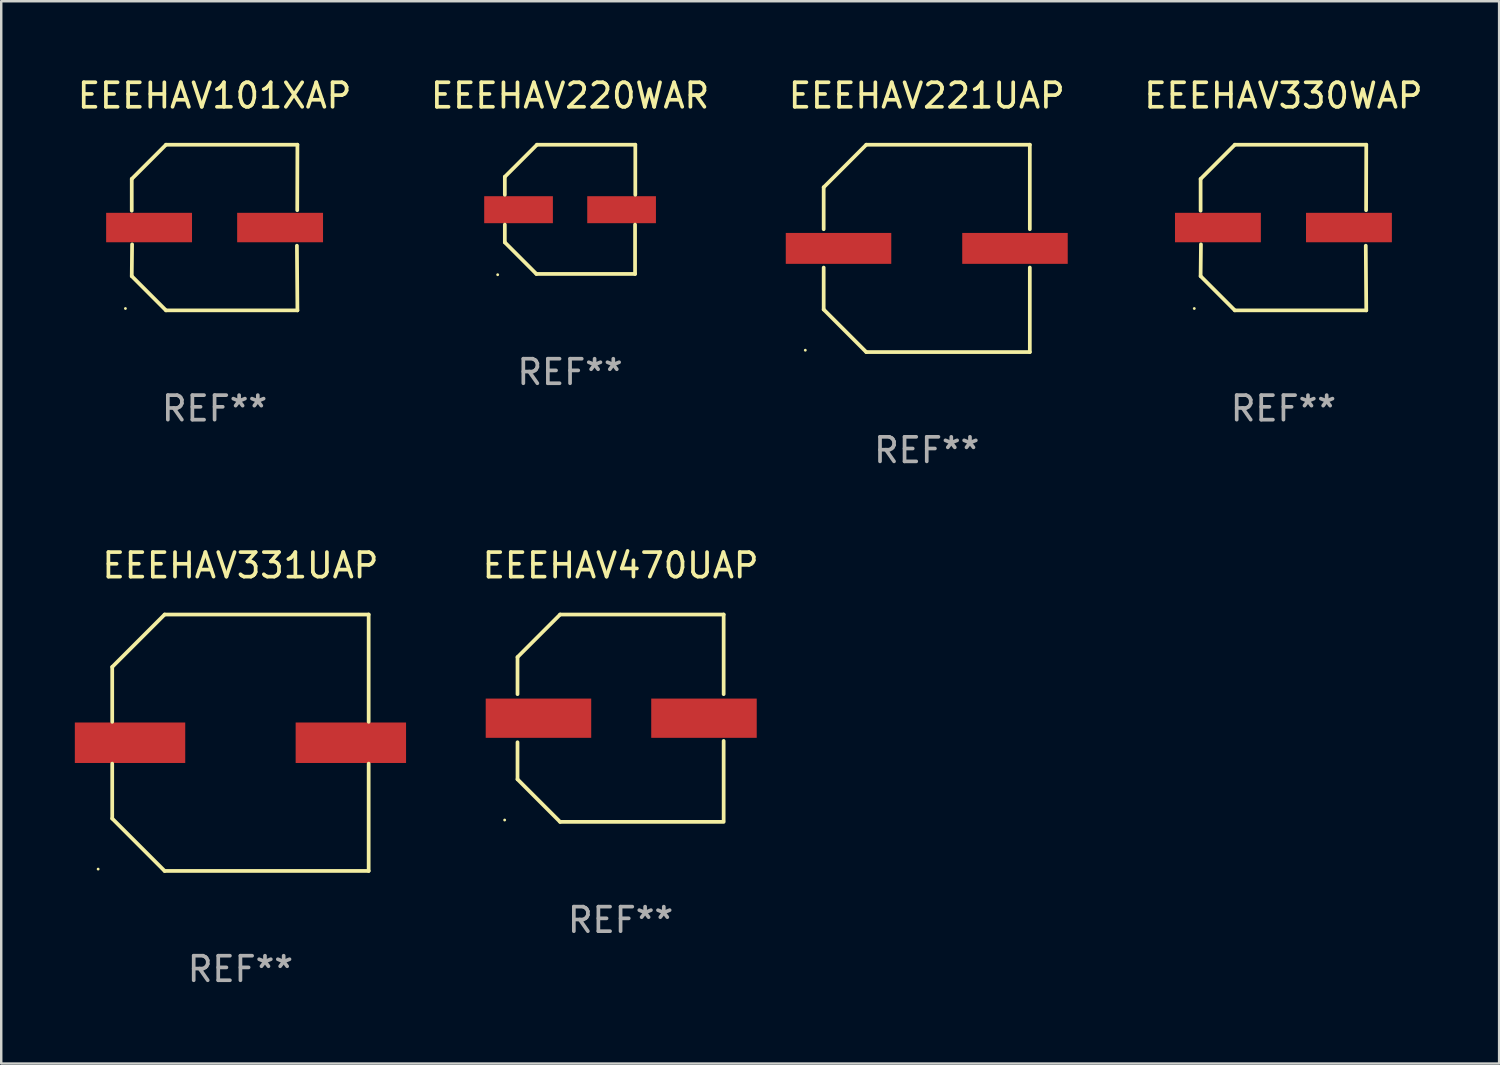
<source format=kicad_pcb>
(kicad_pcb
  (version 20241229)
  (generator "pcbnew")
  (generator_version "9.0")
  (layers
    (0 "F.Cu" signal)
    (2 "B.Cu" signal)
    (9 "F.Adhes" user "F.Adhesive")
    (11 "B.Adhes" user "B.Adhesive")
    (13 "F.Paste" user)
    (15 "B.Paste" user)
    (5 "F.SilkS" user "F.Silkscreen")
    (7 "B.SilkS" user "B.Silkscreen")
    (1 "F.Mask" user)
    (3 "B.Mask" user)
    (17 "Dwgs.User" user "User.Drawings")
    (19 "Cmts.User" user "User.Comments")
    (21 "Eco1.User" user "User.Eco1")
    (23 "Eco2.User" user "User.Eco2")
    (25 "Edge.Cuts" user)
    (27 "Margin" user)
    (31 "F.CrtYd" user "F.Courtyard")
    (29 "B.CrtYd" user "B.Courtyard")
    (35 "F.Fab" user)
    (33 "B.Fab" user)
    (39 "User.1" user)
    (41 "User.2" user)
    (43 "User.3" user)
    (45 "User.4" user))
  (footprint "EEEHAV331UAP"
    (layer "F.Cu")
    (at 6.75 27.223)
    (property "Reference" "EEEHAV331UAP" (at 0 -7.226 0) (layer "F.SilkS") (effects (font (size 1 1) (thickness 0.15))))
    (attr through_hole)
    (fp_line (start -5.226 -3.09) (end -5.226 -0.852) (stroke (width 0.152) (type solid)) (layer "F.SilkS"))
    (fp_line (start -5.226 3.09) (end -5.226 0.852) (stroke (width 0.152) (type solid)) (layer "F.SilkS"))
    (fp_line (start -3.09 -5.226) (end -5.226 -3.09) (stroke (width 0.152) (type solid)) (layer "F.SilkS"))
    (fp_line (start -3.09 5.226) (end -5.226 3.09) (stroke (width 0.152) (type solid)) (layer "F.SilkS"))
    (fp_line (start 5.226 -5.226) (end -3.09 -5.226) (stroke (width 0.152) (type solid)) (layer "F.SilkS"))
    (fp_line (start 5.226 -0.852) (end 5.226 -5.226) (stroke (width 0.152) (type solid)) (layer "F.SilkS"))
    (fp_line (start 5.226 0.852) (end 5.226 5.226) (stroke (width 0.152) (type solid)) (layer "F.SilkS"))
    (fp_line (start 5.226 5.226) (end -3.09 5.226) (stroke (width 0.152) (type solid)) (layer "F.SilkS"))
    (fp_circle (center -5.8 5.15) (end -5.77 5.15) (stroke (width 0.06) (type solid)) (fill no) (layer "F.SilkS"))
    (fp_text user "REF**" (at 0 9.226 0) (layer "F.Fab") (effects (font (size 1 1) (thickness 0.15))))
    (pad "1" smd rect (at -4.5 0) (size 4.5 1.65) (layers "F.Cu" "F.Mask" "F.Paste"))
    (pad "2" smd rect (at 4.5 0) (size 4.5 1.65) (layers "F.Cu" "F.Mask" "F.Paste")))
  (footprint "EEEHAV220WAR"
    (layer "F.Cu")
    (at 20.185 5.482)
    (property "Reference" "EEEHAV220WAR" (at 0 -4.634 0) (layer "F.SilkS") (effects (font (size 1 1) (thickness 0.15))))
    (attr through_hole)
    (fp_line (start -2.659 -1.326) (end -2.659 -0.592) (stroke (width 0.152) (type solid)) (layer "F.SilkS"))
    (fp_line (start -2.659 1.346) (end -2.659 0.622) (stroke (width 0.152) (type solid)) (layer "F.SilkS"))
    (fp_line (start -1.372 2.634) (end -2.659 1.346) (stroke (width 0.152) (type solid)) (layer "F.SilkS"))
    (fp_line (start -1.349 -2.634) (end -2.659 -1.326) (stroke (width 0.152) (type solid)) (layer "F.SilkS"))
    (fp_line (start 2.649 0.622) (end 2.649 2.634) (stroke (width 0.152) (type solid)) (layer "F.SilkS"))
    (fp_line (start 2.649 2.634) (end -1.372 2.634) (stroke (width 0.152) (type solid)) (layer "F.SilkS"))
    (fp_line (start 2.659 -2.634) (end -1.349 -2.634) (stroke (width 0.152) (type solid)) (layer "F.SilkS"))
    (fp_line (start 2.659 -0.592) (end 2.659 -2.634) (stroke (width 0.152) (type solid)) (layer "F.SilkS"))
    (fp_circle (center -2.95 2.665) (end -2.92 2.665) (stroke (width 0.06) (type solid)) (fill no) (layer "F.SilkS"))
    (fp_text user "REF**" (at 0 6.634 0) (layer "F.Fab") (effects (font (size 1 1) (thickness 0.15))))
    (pad "1" smd rect (at -2.1 0.015) (size 2.8 1.1) (layers "F.Cu" "F.Mask" "F.Paste"))
    (pad "2" smd rect (at 2.1 0.015) (size 2.8 1.1) (layers "F.Cu" "F.Mask" "F.Paste")))
  (footprint "EEEHAV221UAP"
    (layer "F.Cu")
    (at 34.723 7.074)
    (property "Reference" "EEEHAV221UAP" (at 0 -6.226 0) (layer "F.SilkS") (effects (font (size 1 1) (thickness 0.15))))
    (attr through_hole)
    (fp_line (start -4.201 -2.49) (end -4.201 -0.782) (stroke (width 0.152) (type solid)) (layer "F.SilkS"))
    (fp_line (start -4.201 2.49) (end -4.201 0.782) (stroke (width 0.152) (type solid)) (layer "F.SilkS"))
    (fp_line (start -2.465 -4.226) (end -4.201 -2.49) (stroke (width 0.152) (type solid)) (layer "F.SilkS"))
    (fp_line (start -2.465 4.226) (end -4.201 2.49) (stroke (width 0.152) (type solid)) (layer "F.SilkS"))
    (fp_line (start 4.201 -4.226) (end -2.465 -4.226) (stroke (width 0.152) (type solid)) (layer "F.SilkS"))
    (fp_line (start 4.201 -0.782) (end 4.201 -4.226) (stroke (width 0.152) (type solid)) (layer "F.SilkS"))
    (fp_line (start 4.201 0.782) (end 4.201 4.226) (stroke (width 0.152) (type solid)) (layer "F.SilkS"))
    (fp_line (start 4.201 4.226) (end -2.465 4.226) (stroke (width 0.152) (type solid)) (layer "F.SilkS"))
    (fp_circle (center -4.95 4.15) (end -4.92 4.15) (stroke (width 0.06) (type solid)) (fill no) (layer "F.SilkS"))
    (fp_text user "REF**" (at 0 8.226 0) (layer "F.Fab") (effects (font (size 1 1) (thickness 0.15))))
    (pad "1" smd rect (at -3.596 0.000025) (size 4.3 1.26) (layers "F.Cu" "F.Mask" "F.Paste"))
    (pad "2" smd rect (at 3.596 0.000025) (size 4.3 1.26) (layers "F.Cu" "F.Mask" "F.Paste")))
  (footprint "EEEHAV101XAP"
    (layer "F.Cu")
    (at 5.696 6.224)
    (property "Reference" "EEEHAV101XAP" (at 0 -5.376 0) (layer "F.SilkS") (effects (font (size 1 1) (thickness 0.15))))
    (attr through_hole)
    (fp_line (start -3.376 -1.98) (end -3.376 -0.686) (stroke (width 0.152) (type solid)) (layer "F.SilkS"))
    (fp_line (start -3.376 1.981) (end -3.362 0.686) (stroke (width 0.152) (type solid)) (layer "F.SilkS"))
    (fp_line (start -1.981 3.376) (end -3.376 1.981) (stroke (width 0.152) (type solid)) (layer "F.SilkS"))
    (fp_line (start -1.98 -3.376) (end -3.376 -1.98) (stroke (width 0.152) (type solid)) (layer "F.SilkS"))
    (fp_line (start 3.356 0.74) (end 3.376 3.376) (stroke (width 0.152) (type solid)) (layer "F.SilkS"))
    (fp_line (start 3.369 -0.707) (end 3.376 -3.376) (stroke (width 0.152) (type solid)) (layer "F.SilkS"))
    (fp_line (start 3.376 3.376) (end -1.981 3.376) (stroke (width 0.152) (type solid)) (layer "F.SilkS"))
    (fp_line (start 3.376 -3.376) (end -1.98 -3.376) (stroke (width 0.152) (type solid)) (layer "F.SilkS"))
    (fp_circle (center -3.634 3.3) (end -3.604 3.3) (stroke (width 0.06) (type solid)) (fill no) (layer "F.SilkS"))
    (fp_text user "REF**" (at 0 7.376 0) (layer "F.Fab") (effects (font (size 1 1) (thickness 0.15))))
    (pad "1" smd rect (at -2.67 0.000254) (size 3.5 1.2) (layers "F.Cu" "F.Mask" "F.Paste"))
    (pad "2" smd rect (at 2.67 0.000254) (size 3.5 1.2) (layers "F.Cu" "F.Mask" "F.Paste")))
  (footprint "EEEHAV470UAP"
    (layer "F.Cu")
    (at 22.244 26.223)
    (property "Reference" "EEEHAV470UAP" (at 0 -6.226 0) (layer "F.SilkS") (effects (font (size 1 1) (thickness 0.15))))
    (attr through_hole)
    (fp_line (start -4.201 -0.98) (end -4.201 -2.49) (stroke (width 0.152) (type solid)) (layer "F.SilkS"))
    (fp_line (start -4.201 2.49) (end -4.201 0.98) (stroke (width 0.152) (type solid)) (layer "F.SilkS"))
    (fp_line (start -2.465 -4.226) (end -4.201 -2.49) (stroke (width 0.152) (type solid)) (layer "F.SilkS"))
    (fp_line (start -2.465 4.226) (end -4.201 2.49) (stroke (width 0.152) (type solid)) (layer "F.SilkS"))
    (fp_line (start 4.201 -4.226) (end -2.465 -4.226) (stroke (width 0.152) (type solid)) (layer "F.SilkS"))
    (fp_line (start 4.201 -4.226) (end 4.201 -0.98) (stroke (width 0.152) (type solid)) (layer "F.SilkS"))
    (fp_line (start 4.201 0.926) (end 4.201 4.172) (stroke (width 0.152) (type solid)) (layer "F.SilkS"))
    (fp_line (start 4.201 4.226) (end -2.465 4.226) (stroke (width 0.152) (type solid)) (layer "F.SilkS"))
    (fp_circle (center -4.725 4.15) (end -4.695 4.15) (stroke (width 0.06) (type solid)) (fill no) (layer "F.SilkS"))
    (fp_text user "REF**" (at 0 8.226 0) (layer "F.Fab") (effects (font (size 1 1) (thickness 0.15))))
    (pad "1" smd rect (at -3.347 0) (size 4.3 1.6) (layers "F.Cu" "F.Mask" "F.Paste"))
    (pad "2" smd rect (at 3.399 0) (size 4.3 1.6) (layers "F.Cu" "F.Mask" "F.Paste")))
  (footprint "EEEHAV330WAP"
    (layer "F.Cu")
    (at 49.261 6.224)
    (property "Reference" "EEEHAV330WAP" (at 0 -5.376 0) (layer "F.SilkS") (effects (font (size 1 1) (thickness 0.15))))
    (attr through_hole)
    (fp_line (start -3.376 -1.98) (end -3.376 -0.686) (stroke (width 0.152) (type solid)) (layer "F.SilkS"))
    (fp_line (start -3.376 1.981) (end -3.362 0.686) (stroke (width 0.152) (type solid)) (layer "F.SilkS"))
    (fp_line (start -1.981 3.376) (end -3.376 1.981) (stroke (width 0.152) (type solid)) (layer "F.SilkS"))
    (fp_line (start -1.98 -3.376) (end -3.376 -1.98) (stroke (width 0.152) (type solid)) (layer "F.SilkS"))
    (fp_line (start 3.356 0.74) (end 3.376 3.376) (stroke (width 0.152) (type solid)) (layer "F.SilkS"))
    (fp_line (start 3.369 -0.707) (end 3.376 -3.376) (stroke (width 0.152) (type solid)) (layer "F.SilkS"))
    (fp_line (start 3.376 3.376) (end -1.981 3.376) (stroke (width 0.152) (type solid)) (layer "F.SilkS"))
    (fp_line (start 3.376 -3.376) (end -1.98 -3.376) (stroke (width 0.152) (type solid)) (layer "F.SilkS"))
    (fp_circle (center -3.634 3.3) (end -3.604 3.3) (stroke (width 0.06) (type solid)) (fill no) (layer "F.SilkS"))
    (fp_text user "REF**" (at 0 7.376 0) (layer "F.Fab") (effects (font (size 1 1) (thickness 0.15))))
    (pad "1" smd rect (at -2.67 0.000254) (size 3.5 1.2) (layers "F.Cu" "F.Mask" "F.Paste"))
    (pad "2" smd rect (at 2.67 0.000254) (size 3.5 1.2) (layers "F.Cu" "F.Mask" "F.Paste")))
  (gr_rect
    (start -3 -3)
    (end 58.052 40.298)
    (stroke (width 0.1) (type default))
    (fill no)
    (layer "Edge.Cuts")))
</source>
